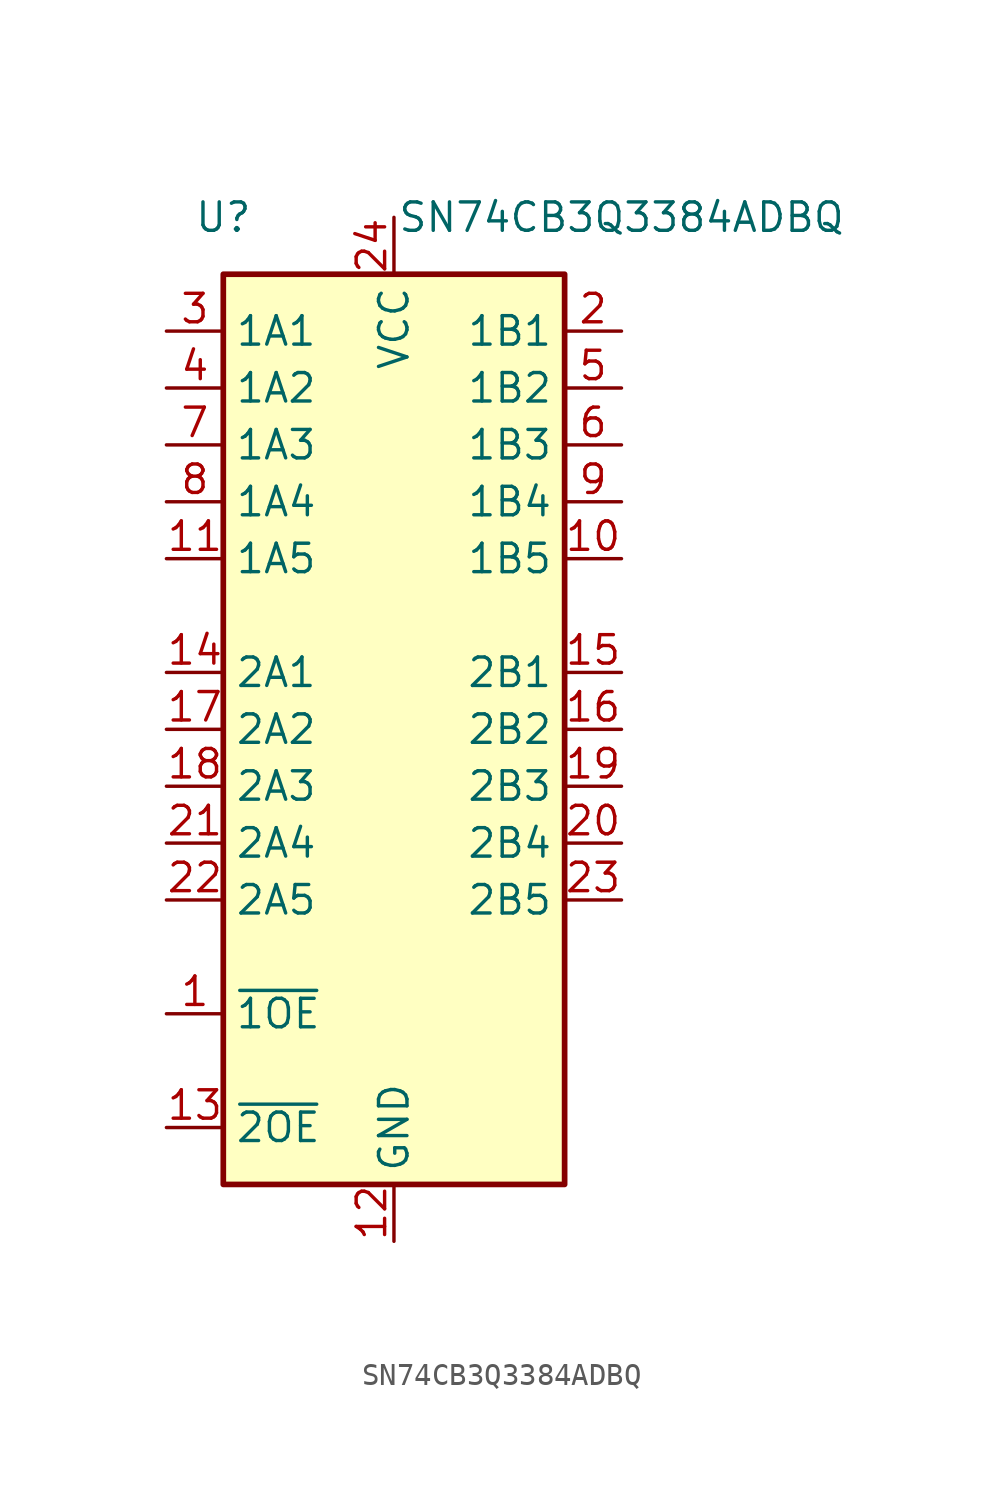
<source format=kicad_sym>
(kicad_symbol_lib
  (version 20220914)
  (generator kicad_symbol_editor)
  (symbol "SN74CB3Q3384ADBQ"
    (property "Reference" "U"
      (at -7.62 22.86 0)
      (effects (font (size 1.27 1.27))))
    (property "Value" "SN74CB3Q3384ADBQ"
      (at 10.16 22.86 0)
      (effects (font (size 1.27 1.27))))
    (symbol "SN74CB3Q3384ADBQ_0_1"
      (pin input line (at -10.16 -12.7 0) (length 2.54) (name "~{1OE}" (effects (font (size 1.27 1.27)))) (number "1" (effects (font (size 1.27 1.27)))))
      (pin tri_state line (at 10.16 7.62 180) (length 2.54) (name "1B5" (effects (font (size 1.27 1.27)))) (number "10" (effects (font (size 1.27 1.27)))))
      (pin tri_state line (at -10.16 7.62 0) (length 2.54) (name "1A5" (effects (font (size 1.27 1.27)))) (number "11" (effects (font (size 1.27 1.27)))))
      (pin power_in line (at 0 -22.86 90) (length 2.54) (name "GND" (effects (font (size 1.27 1.27)))) (number "12" (effects (font (size 1.27 1.27)))))
      (pin input line (at -10.16 -17.78 0) (length 2.54) (name "~{2OE}" (effects (font (size 1.27 1.27)))) (number "13" (effects (font (size 1.27 1.27)))))
      (pin tri_state line (at -10.16 2.54 0) (length 2.54) (name "2A1" (effects (font (size 1.27 1.27)))) (number "14" (effects (font (size 1.27 1.27)))))
      (pin tri_state line (at 10.16 2.54 180) (length 2.54) (name "2B1" (effects (font (size 1.27 1.27)))) (number "15" (effects (font (size 1.27 1.27)))))
      (pin tri_state line (at 10.16 0 180) (length 2.54) (name "2B2" (effects (font (size 1.27 1.27)))) (number "16" (effects (font (size 1.27 1.27)))))
      (pin tri_state line (at -10.16 0 0) (length 2.54) (name "2A2" (effects (font (size 1.27 1.27)))) (number "17" (effects (font (size 1.27 1.27)))))
      (pin tri_state line (at -10.16 -2.54 0) (length 2.54) (name "2A3" (effects (font (size 1.27 1.27)))) (number "18" (effects (font (size 1.27 1.27)))))
      (pin tri_state line (at 10.16 -2.54 180) (length 2.54) (name "2B3" (effects (font (size 1.27 1.27)))) (number "19" (effects (font (size 1.27 1.27)))))
      (pin tri_state line (at 10.16 17.78 180) (length 2.54) (name "1B1" (effects (font (size 1.27 1.27)))) (number "2" (effects (font (size 1.27 1.27)))))
      (pin tri_state line (at 10.16 -5.08 180) (length 2.54) (name "2B4" (effects (font (size 1.27 1.27)))) (number "20" (effects (font (size 1.27 1.27)))))
      (pin tri_state line (at -10.16 -5.08 0) (length 2.54) (name "2A4" (effects (font (size 1.27 1.27)))) (number "21" (effects (font (size 1.27 1.27)))))
      (pin tri_state line (at -10.16 -7.62 0) (length 2.54) (name "2A5" (effects (font (size 1.27 1.27)))) (number "22" (effects (font (size 1.27 1.27)))))
      (pin tri_state line (at 10.16 -7.62 180) (length 2.54) (name "2B5" (effects (font (size 1.27 1.27)))) (number "23" (effects (font (size 1.27 1.27)))))
      (pin power_in line (at 0 22.86 270) (length 2.54) (name "VCC" (effects (font (size 1.27 1.27)))) (number "24" (effects (font (size 1.27 1.27)))))
      (pin tri_state line (at -10.16 17.78 0) (length 2.54) (name "1A1" (effects (font (size 1.27 1.27)))) (number "3" (effects (font (size 1.27 1.27)))))
      (pin tri_state line (at -10.16 15.24 0) (length 2.54) (name "1A2" (effects (font (size 1.27 1.27)))) (number "4" (effects (font (size 1.27 1.27)))))
      (pin tri_state line (at 10.16 15.24 180) (length 2.54) (name "1B2" (effects (font (size 1.27 1.27)))) (number "5" (effects (font (size 1.27 1.27)))))
      (pin tri_state line (at 10.16 12.7 180) (length 2.54) (name "1B3" (effects (font (size 1.27 1.27)))) (number "6" (effects (font (size 1.27 1.27)))))
      (pin tri_state line (at -10.16 12.7 0) (length 2.54) (name "1A3" (effects (font (size 1.27 1.27)))) (number "7" (effects (font (size 1.27 1.27)))))
      (pin tri_state line (at -10.16 10.16 0) (length 2.54) (name "1A4" (effects (font (size 1.27 1.27)))) (number "8" (effects (font (size 1.27 1.27)))))
      (pin tri_state line (at 10.16 10.16 180) (length 2.54) (name "1B4" (effects (font (size 1.27 1.27)))) (number "9" (effects (font (size 1.27 1.27))))))
    (symbol "SN74CB3Q3384ADBQ_1_1"
      (rectangle (start -7.62 20.32) (end 7.62 -20.32) (stroke (width 0.254) (type default)) (fill (type background))))))
</source>
